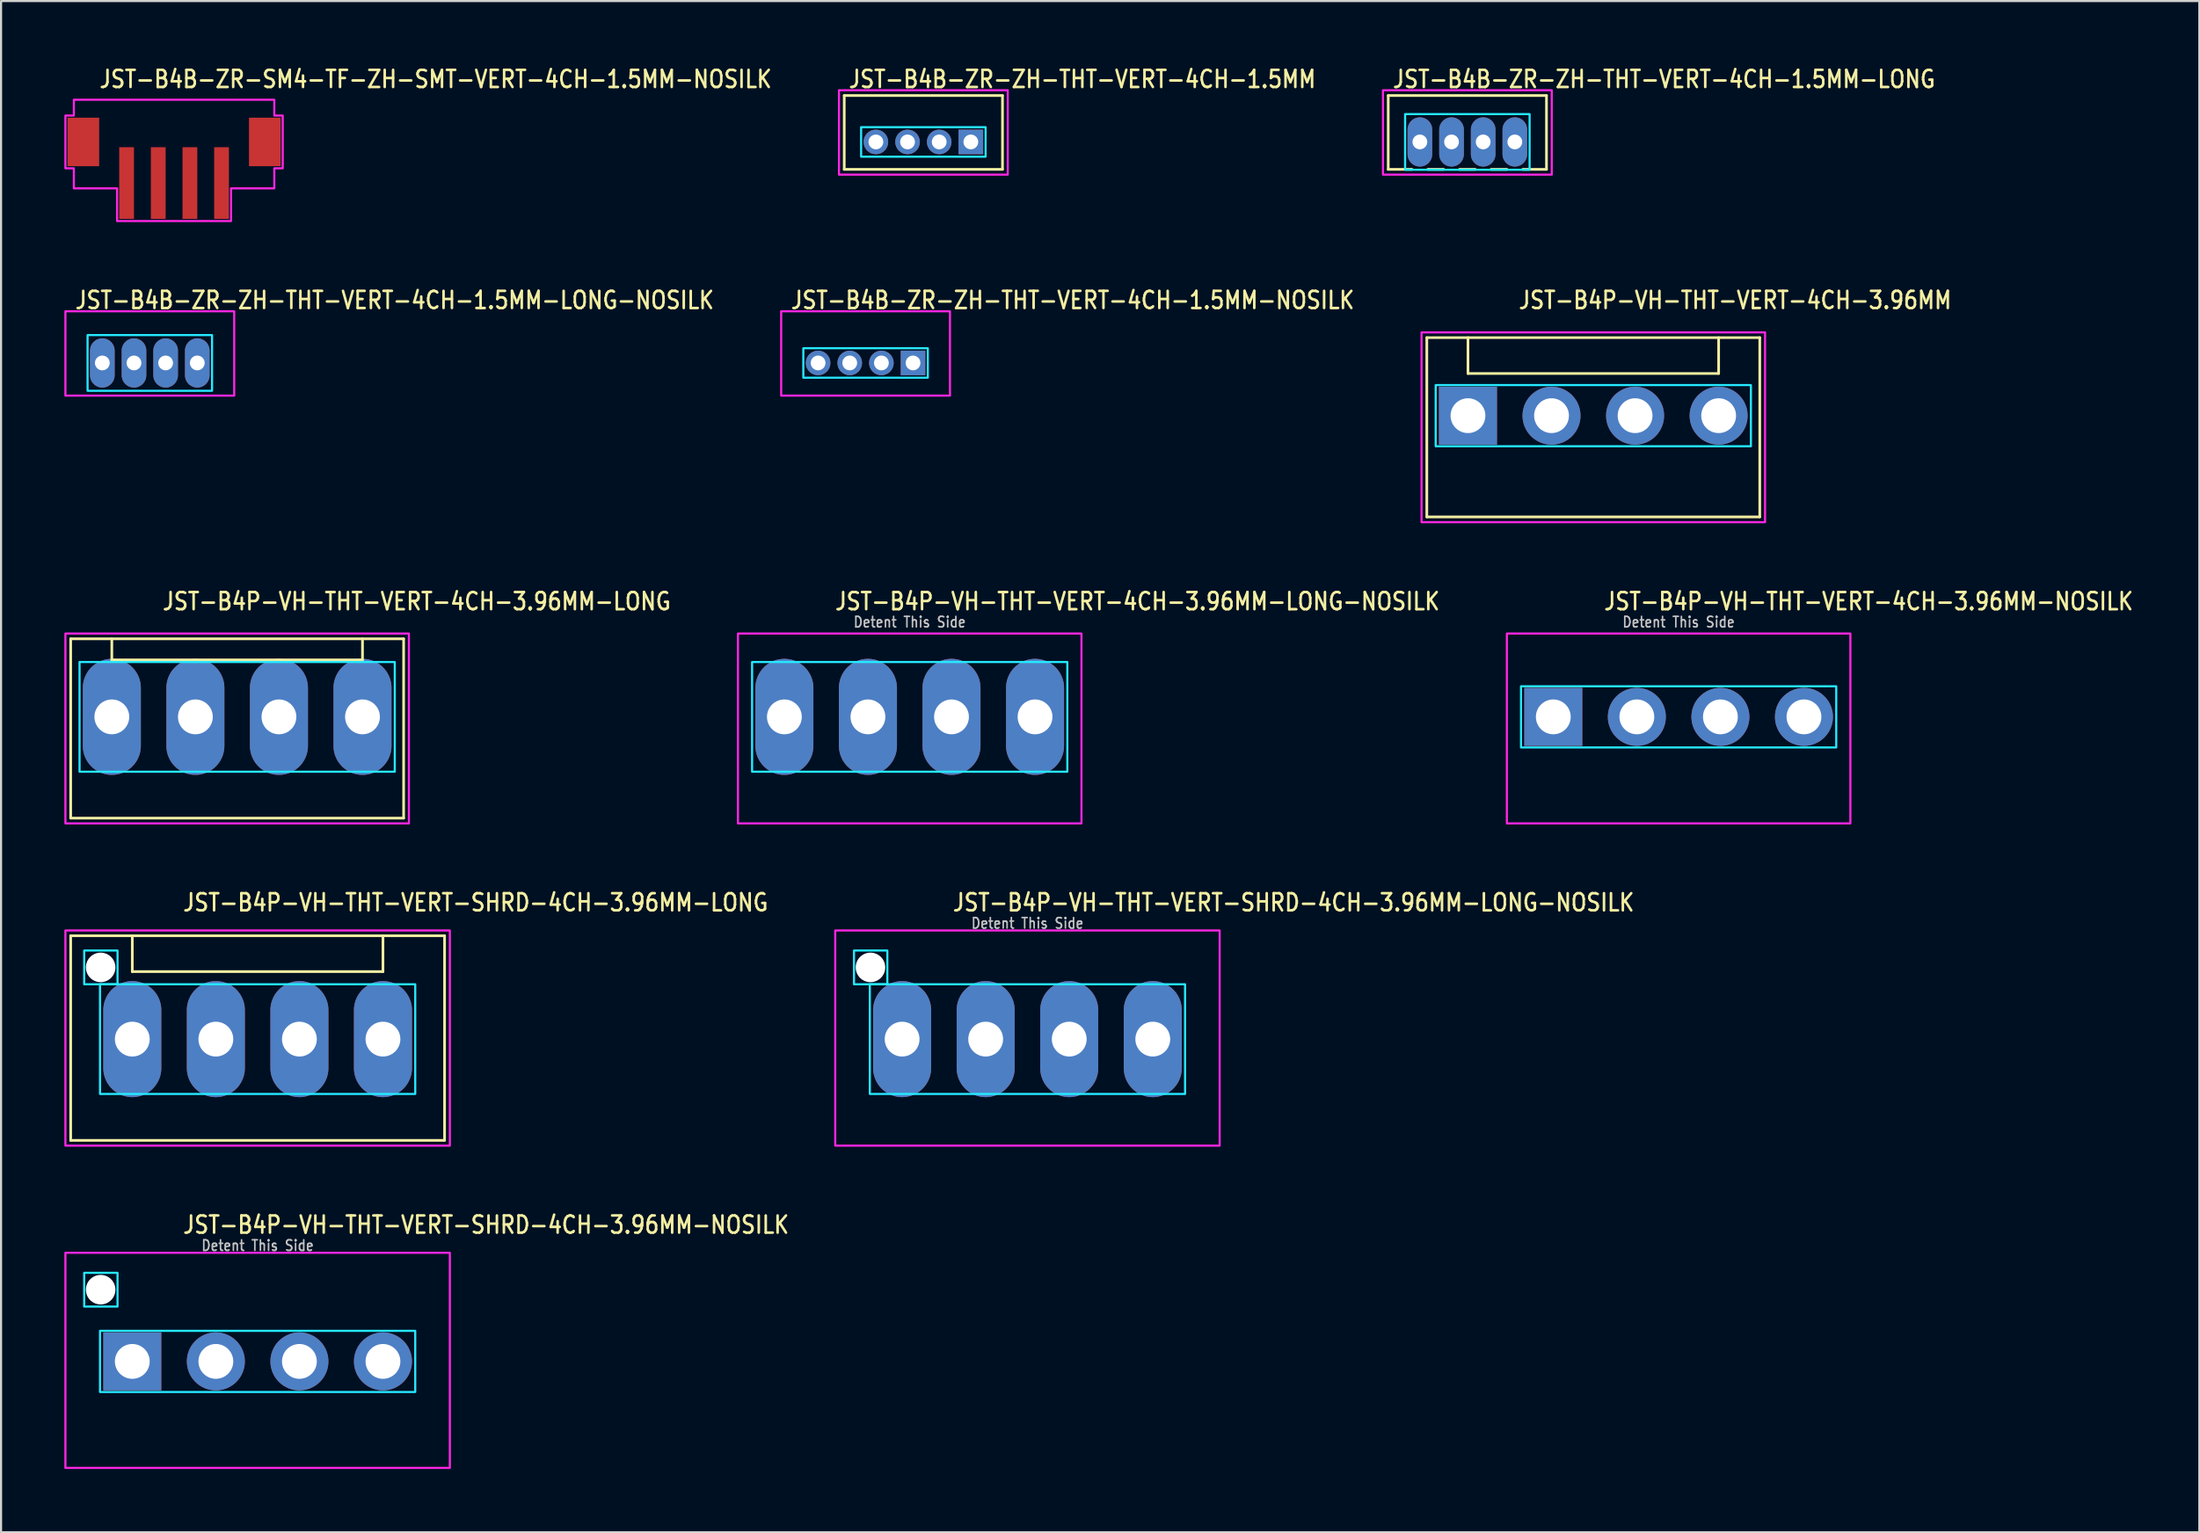
<source format=kicad_pcb>
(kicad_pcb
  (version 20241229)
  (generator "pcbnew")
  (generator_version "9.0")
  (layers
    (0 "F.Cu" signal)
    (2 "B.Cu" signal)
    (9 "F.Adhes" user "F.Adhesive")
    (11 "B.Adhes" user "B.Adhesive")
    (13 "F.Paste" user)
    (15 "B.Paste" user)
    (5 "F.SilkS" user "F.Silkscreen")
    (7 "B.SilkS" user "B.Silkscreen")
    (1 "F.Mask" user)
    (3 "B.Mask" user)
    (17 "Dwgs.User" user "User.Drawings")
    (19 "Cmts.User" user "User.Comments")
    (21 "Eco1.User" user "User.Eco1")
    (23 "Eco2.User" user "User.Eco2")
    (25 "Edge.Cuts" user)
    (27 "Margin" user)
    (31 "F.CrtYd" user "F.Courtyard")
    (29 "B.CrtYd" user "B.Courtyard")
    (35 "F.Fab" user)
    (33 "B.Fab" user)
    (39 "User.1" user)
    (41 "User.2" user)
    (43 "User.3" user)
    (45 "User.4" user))
  (footprint "JST-B4P-VH-THT-VERT-SHRD-4CH-3.96MM-LONG-NOSILK"
    (layer "F.Cu")
    (at 45.645 46.214)
    (property "Reference" "JST-B4P-VH-THT-VERT-SHRD-4CH-3.96MM-LONG-NOSILK" (at -3.6 -6 0) (unlocked yes) (layer "F.SilkS") (effects (font (size 0.813 0.695) (thickness 0.122)) (justify left bottom)))
    (fp_poly (pts (xy -7.47 -2.6) (xy -7.47 2.6) (xy 7.47 2.6) (xy 7.47 -2.6)) (stroke (width 0.1) (type solid)) (fill no) (layer "B.CrtYd"))
    (fp_poly (pts (xy -6.64 -4.2) (xy -6.64 -2.6) (xy -8.22 -2.6) (xy -8.22 -4.2)) (stroke (width 0.1) (type solid)) (fill no) (layer "B.CrtYd"))
    (fp_poly (pts (xy -9.11 -5.15) (xy -9.11 5.05) (xy 9.11 5.05) (xy 9.11 -5.15)) (stroke (width 0.1) (type solid)) (fill no) (layer "F.CrtYd"))
    (fp_text user "Detent This Side" (at 0 -5.2 0) (unlocked yes) (layer "Dwgs.User") (effects (font (size 0.5 0.427) (thickness 0.075)) (justify bottom)))
    (pad "" np_thru_hole circle (at -7.44 -3.4) (size 1.4 1.4) (drill 1.4) (layers "*.Cu" "*.Mask"))
    (pad "1" thru_hole oval (at -5.94 0 90) (size 5.5 2.75) (drill 1.65) (layers "*.Cu" "*.Mask"))
    (pad "2" thru_hole oval (at -1.98 0 90) (size 5.5 2.75) (drill 1.65) (layers "*.Cu" "*.Mask"))
    (pad "3" thru_hole oval (at 1.98 0 90) (size 5.5 2.75) (drill 1.65) (layers "*.Cu" "*.Mask"))
    (pad "4" thru_hole oval (at 5.94 0 90) (size 5.5 2.75) (drill 1.65) (layers "*.Cu" "*.Mask")))
  (footprint "JST-B4B-ZR-ZH-THT-VERT-4CH-1.5MM-LONG"
    (layer "F.Cu")
    (at 66.494 3.679)
    (property "Reference" "JST-B4B-ZR-ZH-THT-VERT-4CH-1.5MM-LONG" (at -3.6 -2.5 0) (unlocked yes) (layer "F.SilkS") (effects (font (size 0.813 0.695) (thickness 0.122)) (justify left bottom)))
    (fp_line (start -3.75 -2.2) (end 3.75 -2.2) (stroke (width 0.127) (type solid)) (layer "F.SilkS"))
    (fp_line (start -3.75 1.3) (end -3.75 -2.2) (stroke (width 0.127) (type solid)) (layer "F.SilkS"))
    (fp_line (start -3.75 1.3) (end -2.625 1.3) (stroke (width 0.127) (type solid)) (layer "F.SilkS"))
    (fp_line (start -1.875 1.3) (end -1.125 1.3) (stroke (width 0.127) (type solid)) (layer "F.SilkS"))
    (fp_line (start -0.375 1.3) (end 0.375 1.3) (stroke (width 0.127) (type solid)) (layer "F.SilkS"))
    (fp_line (start 1.125 1.3) (end 1.875 1.3) (stroke (width 0.127) (type solid)) (layer "F.SilkS"))
    (fp_line (start 2.625 1.3) (end 3.75 1.3) (stroke (width 0.127) (type solid)) (layer "F.SilkS"))
    (fp_line (start 3.75 -2.2) (end 3.75 1.3) (stroke (width 0.127) (type solid)) (layer "F.SilkS"))
    (fp_poly (pts (xy -2.95 -1.32) (xy -2.95 1.32) (xy 2.95 1.32) (xy 2.95 -1.32)) (stroke (width 0.1) (type solid)) (fill no) (layer "B.CrtYd"))
    (fp_poly (pts (xy -4 -2.45) (xy -4 1.55) (xy 4 1.55) (xy 4 -2.45)) (stroke (width 0.1) (type solid)) (fill no) (layer "F.CrtYd"))
    (pad "1" thru_hole oval (at 2.25 0 90) (size 2.333 1.167) (drill 0.7) (layers "*.Cu" "*.Mask"))
    (pad "2" thru_hole oval (at 0.75 0 90) (size 2.333 1.167) (drill 0.7) (layers "*.Cu" "*.Mask"))
    (pad "3" thru_hole oval (at -0.75 0 90) (size 2.333 1.167) (drill 0.7) (layers "*.Cu" "*.Mask"))
    (pad "4" thru_hole oval (at -2.25 0 90) (size 2.333 1.167) (drill 0.7) (layers "*.Cu" "*.Mask")))
  (footprint "JST-B4P-VH-THT-VERT-4CH-3.96MM-NOSILK"
    (layer "F.Cu")
    (at 76.507 30.936)
    (property "Reference" "JST-B4P-VH-THT-VERT-4CH-3.96MM-NOSILK" (at -3.6 -5 0) (unlocked yes) (layer "F.SilkS") (effects (font (size 0.813 0.695) (thickness 0.122)) (justify left bottom)))
    (fp_poly (pts (xy -7.47 -1.45) (xy -7.47 1.45) (xy 7.47 1.45) (xy 7.47 -1.45)) (stroke (width 0.1) (type solid)) (fill no) (layer "B.CrtYd"))
    (fp_poly (pts (xy -8.14 -3.95) (xy -8.14 5.05) (xy 8.14 5.05) (xy 8.14 -3.95)) (stroke (width 0.1) (type solid)) (fill no) (layer "F.CrtYd"))
    (fp_text user "Detent This Side" (at 0 -4.2 0) (unlocked yes) (layer "Dwgs.User") (effects (font (size 0.5 0.427) (thickness 0.075)) (justify bottom)))
    (pad "1" thru_hole rect (at -5.94 0) (size 2.75 2.75) (drill 1.65) (layers "*.Cu" "*.Mask"))
    (pad "2" thru_hole oval (at -1.98 0) (size 2.75 2.75) (drill 1.65) (layers "*.Cu" "*.Mask"))
    (pad "3" thru_hole oval (at 1.98 0) (size 2.75 2.75) (drill 1.65) (layers "*.Cu" "*.Mask"))
    (pad "4" thru_hole oval (at 5.94 0) (size 2.75 2.75) (drill 1.65) (layers "*.Cu" "*.Mask")))
  (footprint "JST-B4P-VH-THT-VERT-4CH-3.96MM-LONG-NOSILK"
    (layer "F.Cu")
    (at 40.065 30.936)
    (property "Reference" "JST-B4P-VH-THT-VERT-4CH-3.96MM-LONG-NOSILK" (at -3.6 -5 0) (unlocked yes) (layer "F.SilkS") (effects (font (size 0.813 0.695) (thickness 0.122)) (justify left bottom)))
    (fp_poly (pts (xy -7.47 -2.6) (xy -7.47 2.6) (xy 7.47 2.6) (xy 7.47 -2.6)) (stroke (width 0.1) (type solid)) (fill no) (layer "B.CrtYd"))
    (fp_poly (pts (xy -8.14 -3.95) (xy -8.14 5.05) (xy 8.14 5.05) (xy 8.14 -3.95)) (stroke (width 0.1) (type solid)) (fill no) (layer "F.CrtYd"))
    (fp_text user "Detent This Side" (at 0 -4.2 0) (unlocked yes) (layer "Dwgs.User") (effects (font (size 0.5 0.427) (thickness 0.075)) (justify bottom)))
    (pad "1" thru_hole oval (at -5.94 0 90) (size 5.5 2.75) (drill 1.65) (layers "*.Cu" "*.Mask"))
    (pad "2" thru_hole oval (at -1.98 0 90) (size 5.5 2.75) (drill 1.65) (layers "*.Cu" "*.Mask"))
    (pad "3" thru_hole oval (at 1.98 0 90) (size 5.5 2.75) (drill 1.65) (layers "*.Cu" "*.Mask"))
    (pad "4" thru_hole oval (at 5.94 0 90) (size 5.5 2.75) (drill 1.65) (layers "*.Cu" "*.Mask")))
  (footprint "JST-B4B-ZR-SM4-TF-ZH-SMT-VERT-4CH-1.5MM-NOSILK"
    (layer "F.Cu")
    (at 5.2 3.679)
    (property "Reference" "JST-B4B-ZR-SM4-TF-ZH-SMT-VERT-4CH-1.5MM-NOSILK" (at -3.6 -2.5 0) (unlocked yes) (layer "F.SilkS") (effects (font (size 0.813 0.695) (thickness 0.122)) (justify left bottom)))
    (fp_poly (pts (xy -4.75 -2) (xy -4.75 -1.25) (xy -5.15 -1.25) (xy -5.15 1.25) (xy -4.75 1.25) (xy -4.75 2.2) (xy -2.7 2.2) (xy -2.7 3.75) (xy 2.7 3.75) (xy 2.7 2.2) (xy 4.75 2.2) (xy 4.75 1.25) (xy 5.15 1.25) (xy 5.15 -1.25) (xy 4.75 -1.25) (xy 4.75 -2)) (stroke (width 0.1) (type solid)) (fill no) (layer "F.CrtYd"))
    (pad "1" smd rect (at -2.25 1.95) (size 0.7 3.4) (layers "F.Cu" "F.Mask" "F.Paste"))
    (pad "2" smd rect (at -0.75 1.95) (size 0.7 3.4) (layers "F.Cu" "F.Mask" "F.Paste"))
    (pad "3" smd rect (at 0.75 1.95) (size 0.7 3.4) (layers "F.Cu" "F.Mask" "F.Paste"))
    (pad "4" smd rect (at 2.25 1.95) (size 0.7 3.4) (layers "F.Cu" "F.Mask" "F.Paste"))
    (pad "5" smd rect (at 4.3 0) (size 1.5 2.3) (layers "F.Cu" "F.Mask" "F.Paste"))
    (pad "6" smd rect (at -4.3 0) (size 1.5 2.3) (layers "F.Cu" "F.Mask" "F.Paste")))
  (footprint "JST-B4P-VH-THT-VERT-4CH-3.96MM-LONG"
    (layer "F.Cu")
    (at 8.19 30.936)
    (property "Reference" "JST-B4P-VH-THT-VERT-4CH-3.96MM-LONG" (at -3.6 -5 0) (unlocked yes) (layer "F.SilkS") (effects (font (size 0.813 0.695) (thickness 0.122)) (justify left bottom)))
    (fp_line (start -7.89 -3.7) (end 7.89 -3.7) (stroke (width 0.127) (type solid)) (layer "F.SilkS"))
    (fp_line (start -7.89 4.8) (end -7.89 -3.7) (stroke (width 0.127) (type solid)) (layer "F.SilkS"))
    (fp_line (start -7.89 4.8) (end 7.89 4.8) (stroke (width 0.127) (type solid)) (layer "F.SilkS"))
    (fp_line (start -5.94 -3.7) (end -5.94 -2.7) (stroke (width 0.127) (type solid)) (layer "F.SilkS"))
    (fp_line (start -5.94 -2.7) (end 5.94 -2.7) (stroke (width 0.127) (type solid)) (layer "F.SilkS"))
    (fp_line (start 5.94 -3.7) (end 5.94 -2.7) (stroke (width 0.127) (type solid)) (layer "F.SilkS"))
    (fp_line (start 7.89 -3.7) (end 7.89 4.8) (stroke (width 0.127) (type solid)) (layer "F.SilkS"))
    (fp_poly (pts (xy -7.47 -2.6) (xy -7.47 2.6) (xy 7.47 2.6) (xy 7.47 -2.6)) (stroke (width 0.1) (type solid)) (fill no) (layer "B.CrtYd"))
    (fp_poly (pts (xy -8.14 -3.95) (xy -8.14 5.05) (xy 8.14 5.05) (xy 8.14 -3.95)) (stroke (width 0.1) (type solid)) (fill no) (layer "F.CrtYd"))
    (pad "1" thru_hole oval (at -5.94 0 90) (size 5.5 2.75) (drill 1.65) (layers "*.Cu" "*.Mask"))
    (pad "2" thru_hole oval (at -1.98 0 90) (size 5.5 2.75) (drill 1.65) (layers "*.Cu" "*.Mask"))
    (pad "3" thru_hole oval (at 1.98 0 90) (size 5.5 2.75) (drill 1.65) (layers "*.Cu" "*.Mask"))
    (pad "4" thru_hole oval (at 5.94 0 90) (size 5.5 2.75) (drill 1.65) (layers "*.Cu" "*.Mask")))
  (footprint "JST-B4B-ZR-ZH-THT-VERT-4CH-1.5MM-LONG-NOSILK"
    (layer "F.Cu")
    (at 4.05 14.157)
    (property "Reference" "JST-B4B-ZR-ZH-THT-VERT-4CH-1.5MM-LONG-NOSILK" (at -3.6 -2.5 0) (unlocked yes) (layer "F.SilkS") (effects (font (size 0.813 0.695) (thickness 0.122)) (justify left bottom)))
    (fp_poly (pts (xy -2.95 -1.32) (xy -2.95 1.32) (xy 2.95 1.32) (xy 2.95 -1.32)) (stroke (width 0.1) (type solid)) (fill no) (layer "B.CrtYd"))
    (fp_poly (pts (xy -4 -2.45) (xy -4 1.55) (xy 4 1.55) (xy 4 -2.45)) (stroke (width 0.1) (type solid)) (fill no) (layer "F.CrtYd"))
    (pad "1" thru_hole oval (at 2.25 0 90) (size 2.333 1.167) (drill 0.7) (layers "*.Cu" "*.Mask"))
    (pad "2" thru_hole oval (at 0.75 0 90) (size 2.333 1.167) (drill 0.7) (layers "*.Cu" "*.Mask"))
    (pad "3" thru_hole oval (at -0.75 0 90) (size 2.333 1.167) (drill 0.7) (layers "*.Cu" "*.Mask"))
    (pad "4" thru_hole oval (at -2.25 0 90) (size 2.333 1.167) (drill 0.7) (layers "*.Cu" "*.Mask")))
  (footprint "JST-B4B-ZR-ZH-THT-VERT-4CH-1.5MM"
    (layer "F.Cu")
    (at 40.712 3.679)
    (property "Reference" "JST-B4B-ZR-ZH-THT-VERT-4CH-1.5MM" (at -3.6 -2.5 0) (unlocked yes) (layer "F.SilkS") (effects (font (size 0.813 0.695) (thickness 0.122)) (justify left bottom)))
    (fp_line (start -3.75 -2.2) (end 3.75 -2.2) (stroke (width 0.127) (type solid)) (layer "F.SilkS"))
    (fp_line (start -3.75 1.3) (end -3.75 -2.2) (stroke (width 0.127) (type solid)) (layer "F.SilkS"))
    (fp_line (start -3.75 1.3) (end 3.75 1.3) (stroke (width 0.127) (type solid)) (layer "F.SilkS"))
    (fp_line (start 3.75 -2.2) (end 3.75 1.3) (stroke (width 0.127) (type solid)) (layer "F.SilkS"))
    (fp_poly (pts (xy -2.95 -0.7) (xy -2.95 0.7) (xy 2.95 0.7) (xy 2.95 -0.7)) (stroke (width 0.1) (type solid)) (fill no) (layer "B.CrtYd"))
    (fp_poly (pts (xy -4 -2.45) (xy -4 1.55) (xy 4 1.55) (xy 4 -2.45)) (stroke (width 0.1) (type solid)) (fill no) (layer "F.CrtYd"))
    (pad "1" thru_hole rect (at 2.25 0) (size 1.167 1.167) (drill 0.7) (layers "*.Cu" "*.Mask"))
    (pad "2" thru_hole oval (at 0.75 0) (size 1.167 1.167) (drill 0.7) (layers "*.Cu" "*.Mask"))
    (pad "3" thru_hole oval (at -0.75 0) (size 1.167 1.167) (drill 0.7) (layers "*.Cu" "*.Mask"))
    (pad "4" thru_hole oval (at -2.25 0) (size 1.167 1.167) (drill 0.7) (layers "*.Cu" "*.Mask")))
  (footprint "JST-B4B-ZR-ZH-THT-VERT-4CH-1.5MM-NOSILK"
    (layer "F.Cu")
    (at 37.973 14.157)
    (property "Reference" "JST-B4B-ZR-ZH-THT-VERT-4CH-1.5MM-NOSILK" (at -3.6 -2.5 0) (unlocked yes) (layer "F.SilkS") (effects (font (size 0.813 0.695) (thickness 0.122)) (justify left bottom)))
    (fp_poly (pts (xy -2.95 -0.7) (xy -2.95 0.7) (xy 2.95 0.7) (xy 2.95 -0.7)) (stroke (width 0.1) (type solid)) (fill no) (layer "B.CrtYd"))
    (fp_poly (pts (xy -4 -2.45) (xy -4 1.55) (xy 4 1.55) (xy 4 -2.45)) (stroke (width 0.1) (type solid)) (fill no) (layer "F.CrtYd"))
    (pad "1" thru_hole rect (at 2.25 0) (size 1.167 1.167) (drill 0.7) (layers "*.Cu" "*.Mask"))
    (pad "2" thru_hole oval (at 0.75 0) (size 1.167 1.167) (drill 0.7) (layers "*.Cu" "*.Mask"))
    (pad "3" thru_hole oval (at -0.75 0) (size 1.167 1.167) (drill 0.7) (layers "*.Cu" "*.Mask"))
    (pad "4" thru_hole oval (at -2.25 0) (size 1.167 1.167) (drill 0.7) (layers "*.Cu" "*.Mask")))
  (footprint "JST-B4P-VH-THT-VERT-4CH-3.96MM"
    (layer "F.Cu")
    (at 72.463 16.657)
    (property "Reference" "JST-B4P-VH-THT-VERT-4CH-3.96MM" (at -3.6 -5 0) (unlocked yes) (layer "F.SilkS") (effects (font (size 0.813 0.695) (thickness 0.122)) (justify left bottom)))
    (fp_line (start -7.89 -3.7) (end 7.89 -3.7) (stroke (width 0.127) (type solid)) (layer "F.SilkS"))
    (fp_line (start -7.89 4.8) (end -7.89 -3.7) (stroke (width 0.127) (type solid)) (layer "F.SilkS"))
    (fp_line (start -7.89 4.8) (end 7.89 4.8) (stroke (width 0.127) (type solid)) (layer "F.SilkS"))
    (fp_line (start -5.94 -3.7) (end -5.94 -2) (stroke (width 0.127) (type solid)) (layer "F.SilkS"))
    (fp_line (start -5.94 -2) (end 5.94 -2) (stroke (width 0.127) (type solid)) (layer "F.SilkS"))
    (fp_line (start 5.94 -3.7) (end 5.94 -2) (stroke (width 0.127) (type solid)) (layer "F.SilkS"))
    (fp_line (start 7.89 -3.7) (end 7.89 4.8) (stroke (width 0.127) (type solid)) (layer "F.SilkS"))
    (fp_poly (pts (xy -7.47 -1.45) (xy -7.47 1.45) (xy 7.47 1.45) (xy 7.47 -1.45)) (stroke (width 0.1) (type solid)) (fill no) (layer "B.CrtYd"))
    (fp_poly (pts (xy -8.14 -3.95) (xy -8.14 5.05) (xy 8.14 5.05) (xy 8.14 -3.95)) (stroke (width 0.1) (type solid)) (fill no) (layer "F.CrtYd"))
    (pad "1" thru_hole rect (at -5.94 0) (size 2.75 2.75) (drill 1.65) (layers "*.Cu" "*.Mask"))
    (pad "2" thru_hole oval (at -1.98 0) (size 2.75 2.75) (drill 1.65) (layers "*.Cu" "*.Mask"))
    (pad "3" thru_hole oval (at 1.98 0) (size 2.75 2.75) (drill 1.65) (layers "*.Cu" "*.Mask"))
    (pad "4" thru_hole oval (at 5.94 0) (size 2.75 2.75) (drill 1.65) (layers "*.Cu" "*.Mask")))
  (footprint "JST-B4P-VH-THT-VERT-SHRD-4CH-3.96MM-LONG"
    (layer "F.Cu")
    (at 9.16 46.214)
    (property "Reference" "JST-B4P-VH-THT-VERT-SHRD-4CH-3.96MM-LONG" (at -3.6 -6 0) (unlocked yes) (layer "F.SilkS") (effects (font (size 0.813 0.695) (thickness 0.122)) (justify left bottom)))
    (fp_line (start -8.86 -4.9) (end 8.86 -4.9) (stroke (width 0.127) (type solid)) (layer "F.SilkS"))
    (fp_line (start -8.86 4.8) (end -8.86 -4.9) (stroke (width 0.127) (type solid)) (layer "F.SilkS"))
    (fp_line (start -8.86 4.8) (end 8.86 4.8) (stroke (width 0.127) (type solid)) (layer "F.SilkS"))
    (fp_line (start -5.94 -4.9) (end -5.94 -3.2) (stroke (width 0.127) (type solid)) (layer "F.SilkS"))
    (fp_line (start -5.94 -3.2) (end 5.94 -3.2) (stroke (width 0.127) (type solid)) (layer "F.SilkS"))
    (fp_line (start 5.94 -4.9) (end 5.94 -3.2) (stroke (width 0.127) (type solid)) (layer "F.SilkS"))
    (fp_line (start 8.86 -4.9) (end 8.86 4.8) (stroke (width 0.127) (type solid)) (layer "F.SilkS"))
    (fp_poly (pts (xy -7.47 -2.6) (xy -7.47 2.6) (xy 7.47 2.6) (xy 7.47 -2.6)) (stroke (width 0.1) (type solid)) (fill no) (layer "B.CrtYd"))
    (fp_poly (pts (xy -6.64 -4.2) (xy -6.64 -2.6) (xy -8.22 -2.6) (xy -8.22 -4.2)) (stroke (width 0.1) (type solid)) (fill no) (layer "B.CrtYd"))
    (fp_poly (pts (xy -9.11 -5.15) (xy -9.11 5.05) (xy 9.11 5.05) (xy 9.11 -5.15)) (stroke (width 0.1) (type solid)) (fill no) (layer "F.CrtYd"))
    (pad "" np_thru_hole circle (at -7.44 -3.4) (size 1.4 1.4) (drill 1.4) (layers "*.Cu" "*.Mask"))
    (pad "1" thru_hole oval (at -5.94 0 90) (size 5.5 2.75) (drill 1.65) (layers "*.Cu" "*.Mask"))
    (pad "2" thru_hole oval (at -1.98 0 90) (size 5.5 2.75) (drill 1.65) (layers "*.Cu" "*.Mask"))
    (pad "3" thru_hole oval (at 1.98 0 90) (size 5.5 2.75) (drill 1.65) (layers "*.Cu" "*.Mask"))
    (pad "4" thru_hole oval (at 5.94 0 90) (size 5.5 2.75) (drill 1.65) (layers "*.Cu" "*.Mask")))
  (footprint "JST-B4P-VH-THT-VERT-SHRD-4CH-3.96MM-NOSILK"
    (layer "F.Cu")
    (at 9.16 61.493)
    (property "Reference" "JST-B4P-VH-THT-VERT-SHRD-4CH-3.96MM-NOSILK" (at -3.6 -6 0) (unlocked yes) (layer "F.SilkS") (effects (font (size 0.813 0.695) (thickness 0.122)) (justify left bottom)))
    (fp_poly (pts (xy -7.47 -1.45) (xy -7.47 1.45) (xy 7.47 1.45) (xy 7.47 -1.45)) (stroke (width 0.1) (type solid)) (fill no) (layer "B.CrtYd"))
    (fp_poly (pts (xy -6.64 -4.2) (xy -6.64 -2.6) (xy -8.22 -2.6) (xy -8.22 -4.2)) (stroke (width 0.1) (type solid)) (fill no) (layer "B.CrtYd"))
    (fp_poly (pts (xy -9.11 -5.15) (xy -9.11 5.05) (xy 9.11 5.05) (xy 9.11 -5.15)) (stroke (width 0.1) (type solid)) (fill no) (layer "F.CrtYd"))
    (fp_text user "Detent This Side" (at 0 -5.2 0) (unlocked yes) (layer "Dwgs.User") (effects (font (size 0.5 0.427) (thickness 0.075)) (justify bottom)))
    (pad "" np_thru_hole circle (at -7.44 -3.4) (size 1.4 1.4) (drill 1.4) (layers "*.Cu" "*.Mask"))
    (pad "1" thru_hole rect (at -5.94 0) (size 2.75 2.75) (drill 1.65) (layers "*.Cu" "*.Mask"))
    (pad "2" thru_hole oval (at -1.98 0) (size 2.75 2.75) (drill 1.65) (layers "*.Cu" "*.Mask"))
    (pad "3" thru_hole oval (at 1.98 0) (size 2.75 2.75) (drill 1.65) (layers "*.Cu" "*.Mask"))
    (pad "4" thru_hole oval (at 5.94 0) (size 2.75 2.75) (drill 1.65) (layers "*.Cu" "*.Mask")))
  (gr_rect
    (start -3 -3)
    (end 101.185 69.593)
    (stroke (width 0.1) (type default))
    (fill no)
    (layer "Edge.Cuts")))
</source>
